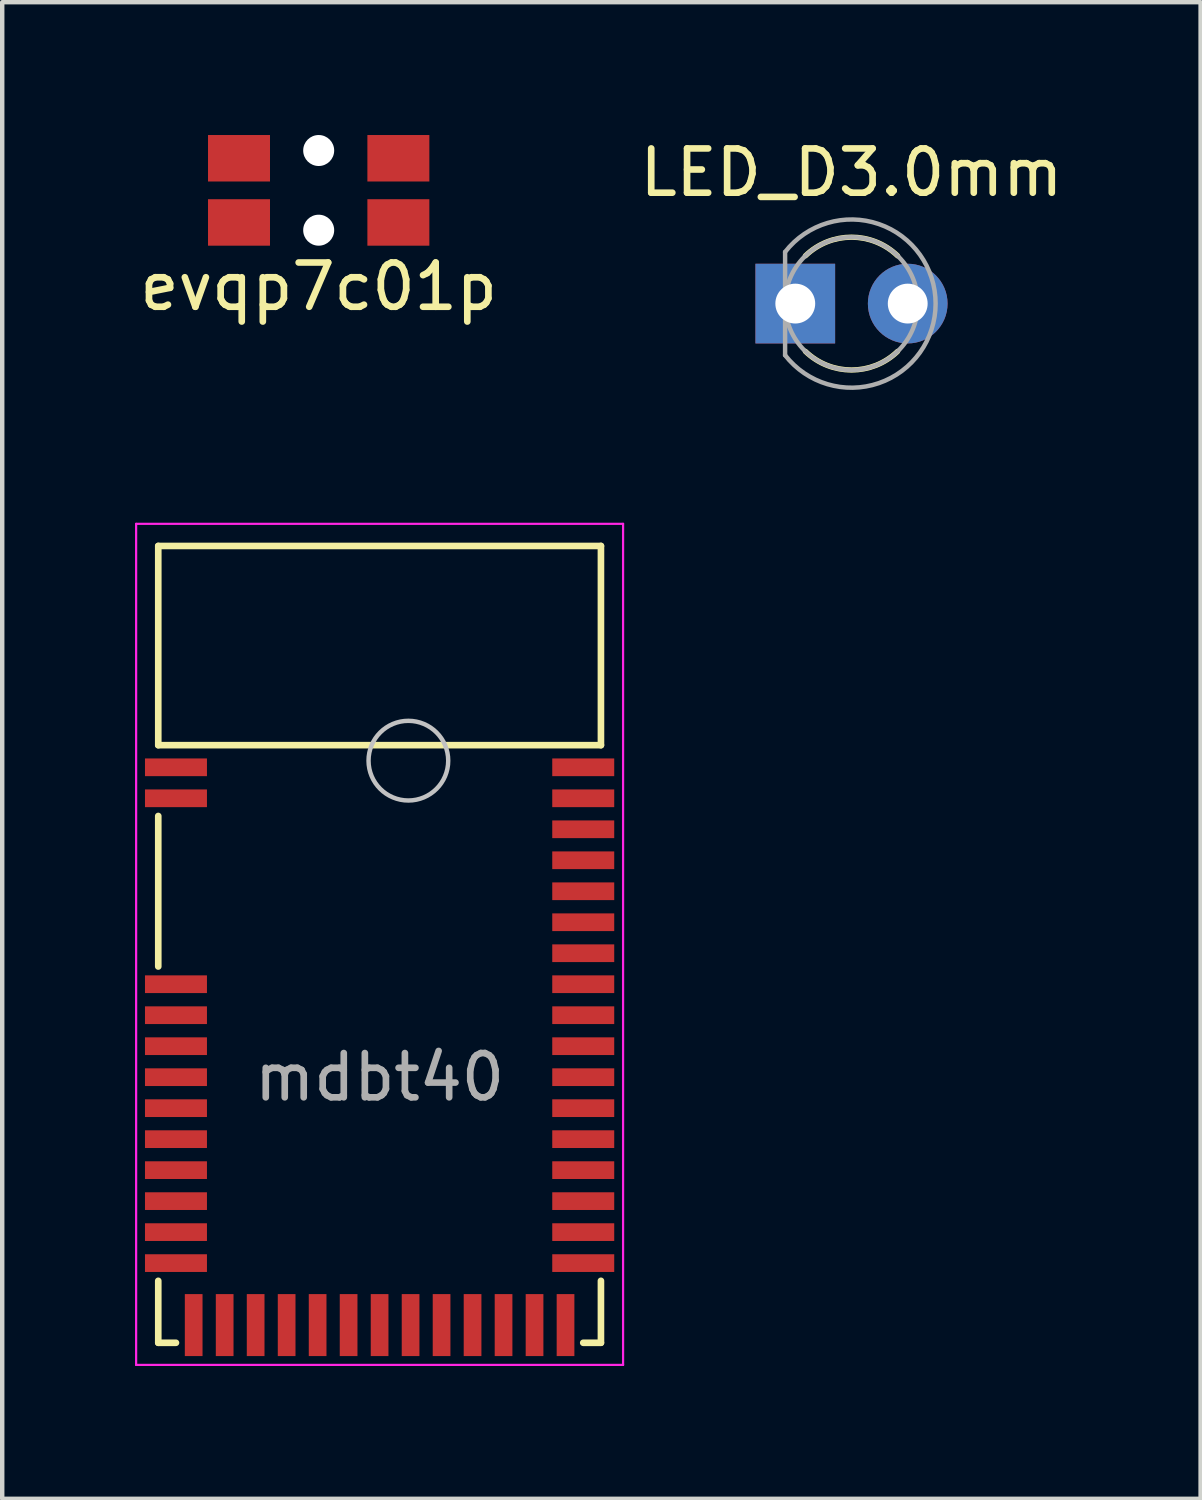
<source format=kicad_pcb>
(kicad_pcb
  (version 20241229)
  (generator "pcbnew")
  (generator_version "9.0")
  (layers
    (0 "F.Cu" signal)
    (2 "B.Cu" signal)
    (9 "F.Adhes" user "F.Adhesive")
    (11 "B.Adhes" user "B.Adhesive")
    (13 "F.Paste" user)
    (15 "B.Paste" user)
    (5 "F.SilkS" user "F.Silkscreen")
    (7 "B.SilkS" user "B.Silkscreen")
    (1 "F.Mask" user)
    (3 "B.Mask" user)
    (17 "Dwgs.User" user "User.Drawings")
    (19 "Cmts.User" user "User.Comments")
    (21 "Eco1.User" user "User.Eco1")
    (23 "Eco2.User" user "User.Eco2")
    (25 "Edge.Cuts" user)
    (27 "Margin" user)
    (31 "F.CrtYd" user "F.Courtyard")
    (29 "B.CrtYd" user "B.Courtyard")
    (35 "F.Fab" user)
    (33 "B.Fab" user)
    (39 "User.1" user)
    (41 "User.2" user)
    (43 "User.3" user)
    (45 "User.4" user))
  (footprint "LED_D3.0mm"
    (layer "F.Cu")
    (at 14.915 3.808)
    (property "Reference" "LED_D3.0mm" (at 1.27 -2.96 0) (layer "F.SilkS") (effects (font (size 1 1) (thickness 0.15))))
    (attr through_hole)
    (fp_arc (start 0.229039 -1.08) (mid 1.270117 -1.5) (end 2.31113 -1.079837) (stroke (width 0.12) (type solid)) (layer "F.SilkS"))
    (fp_arc (start 2.31113 1.079837) (mid 1.270117 1.5) (end 0.229039 1.08) (stroke (width 0.12) (type solid)) (layer "F.SilkS"))
    (fp_line (start -0.23 -1.166) (end -0.23 1.166) (stroke (width 0.1) (type solid)) (layer "F.Fab"))
    (fp_arc (start -0.23 -1.16619) (mid 3.17 0.000452) (end -0.230555 1.165476) (stroke (width 0.1) (type solid)) (layer "F.Fab"))
    (fp_circle (center 1.27 0) (end 2.77 0) (stroke (width 0.1) (type solid)) (fill no) (layer "F.Fab"))
    (pad "1" thru_hole rect (at 0 0) (size 1.8 1.8) (drill 0.9) (layers "*.Cu" "*.Mask"))
    (pad "2" thru_hole circle (at 2.54 0) (size 1.8 1.8) (drill 0.9) (layers "*.Cu" "*.Mask")))
  (footprint "mdbt40"
    (layer "F.Cu")
    (at 5.525 18.283)
    (property "Reference" "mdbt40" (at 0 3 0) (layer "F.Fab") (effects (font (size 1 1) (thickness 0.15))))
    (attr through_hole)
    (fp_line (start -5 -9) (end 5 -9) (stroke (width 0.15) (type solid)) (layer "F.SilkS"))
    (fp_line (start -5 -4.5) (end -5 -9) (stroke (width 0.15) (type solid)) (layer "F.SilkS"))
    (fp_line (start -5 -4.5) (end 5 -4.5) (stroke (width 0.15) (type solid)) (layer "F.SilkS"))
    (fp_line (start -5 0.5) (end -5 -2.9) (stroke (width 0.15) (type solid)) (layer "F.SilkS"))
    (fp_line (start -5 7.6) (end -5 9) (stroke (width 0.15) (type solid)) (layer "F.SilkS"))
    (fp_line (start -5 9) (end -4.6 9) (stroke (width 0.15) (type solid)) (layer "F.SilkS"))
    (fp_line (start 4.6 9) (end 5 9) (stroke (width 0.15) (type solid)) (layer "F.SilkS"))
    (fp_line (start 5 -9) (end 5 -4.5) (stroke (width 0.15) (type solid)) (layer "F.SilkS"))
    (fp_line (start 5 9) (end 5 7.6) (stroke (width 0.15) (type solid)) (layer "F.SilkS"))
    (fp_circle (center 0.65 -4.15) (end -0.25 -4.15) (stroke (width 0.1) (type solid)) (fill no) (layer "Dwgs.User"))
    (fp_line (start -5.5 -9.5) (end -5.5 9.5) (stroke (width 0.05) (type solid)) (layer "F.CrtYd"))
    (fp_line (start -5.5 9.5) (end 5.5 9.5) (stroke (width 0.05) (type solid)) (layer "F.CrtYd"))
    (fp_line (start 5.5 -9.5) (end -5.5 -9.5) (stroke (width 0.05) (type solid)) (layer "F.CrtYd"))
    (fp_line (start 5.5 9.5) (end 5.5 -9.5) (stroke (width 0.05) (type solid)) (layer "F.CrtYd"))
    (pad "1" smd rect (at -4.6 -4) (size 1.4 0.4) (layers "F.Cu" "F.Mask" "F.Paste"))
    (pad "2" smd rect (at -4.6 -3.3) (size 1.4 0.4) (layers "F.Cu" "F.Mask" "F.Paste"))
    (pad "3" smd rect (at -4.6 0.9) (size 1.4 0.4) (layers "F.Cu" "F.Mask" "F.Paste"))
    (pad "4" smd rect (at -4.6 1.6) (size 1.4 0.4) (layers "F.Cu" "F.Mask" "F.Paste"))
    (pad "5" smd rect (at -4.6 2.3) (size 1.4 0.4) (layers "F.Cu" "F.Mask" "F.Paste"))
    (pad "6" smd rect (at -4.6 3) (size 1.4 0.4) (layers "F.Cu" "F.Mask" "F.Paste"))
    (pad "7" smd rect (at -4.6 3.7) (size 1.4 0.4) (layers "F.Cu" "F.Mask" "F.Paste"))
    (pad "8" smd rect (at -4.6 4.4) (size 1.4 0.4) (layers "F.Cu" "F.Mask" "F.Paste"))
    (pad "9" smd rect (at -4.6 5.1) (size 1.4 0.4) (layers "F.Cu" "F.Mask" "F.Paste"))
    (pad "10" smd rect (at -4.6 5.8) (size 1.4 0.4) (layers "F.Cu" "F.Mask" "F.Paste"))
    (pad "11" smd rect (at -4.6 6.5) (size 1.4 0.4) (layers "F.Cu" "F.Mask" "F.Paste"))
    (pad "12" smd rect (at -4.6 7.2) (size 1.4 0.4) (layers "F.Cu" "F.Mask" "F.Paste"))
    (pad "13" smd rect (at -4.2 8.6) (size 0.4 1.4) (layers "F.Cu" "F.Mask" "F.Paste"))
    (pad "14" smd rect (at -3.5 8.6) (size 0.4 1.4) (layers "F.Cu" "F.Mask" "F.Paste"))
    (pad "15" smd rect (at -2.8 8.6) (size 0.4 1.4) (layers "F.Cu" "F.Mask" "F.Paste"))
    (pad "16" smd rect (at -2.1 8.6) (size 0.4 1.4) (layers "F.Cu" "F.Mask" "F.Paste"))
    (pad "17" smd rect (at -1.4 8.6) (size 0.4 1.4) (layers "F.Cu" "F.Mask" "F.Paste"))
    (pad "18" smd rect (at -0.7 8.6) (size 0.4 1.4) (layers "F.Cu" "F.Mask" "F.Paste"))
    (pad "19" smd rect (at 0 8.6) (size 0.4 1.4) (layers "F.Cu" "F.Mask" "F.Paste"))
    (pad "20" smd rect (at 0.7 8.6) (size 0.4 1.4) (layers "F.Cu" "F.Mask" "F.Paste"))
    (pad "21" smd rect (at 1.4 8.6) (size 0.4 1.4) (layers "F.Cu" "F.Mask" "F.Paste"))
    (pad "22" smd rect (at 2.1 8.6) (size 0.4 1.4) (layers "F.Cu" "F.Mask" "F.Paste"))
    (pad "23" smd rect (at 2.8 8.6) (size 0.4 1.4) (layers "F.Cu" "F.Mask" "F.Paste"))
    (pad "24" smd rect (at 3.5 8.6) (size 0.4 1.4) (layers "F.Cu" "F.Mask" "F.Paste"))
    (pad "25" smd rect (at 4.2 8.6) (size 0.4 1.4) (layers "F.Cu" "F.Mask" "F.Paste"))
    (pad "26" smd rect (at 4.6 7.2) (size 1.4 0.4) (layers "F.Cu" "F.Mask" "F.Paste"))
    (pad "27" smd rect (at 4.6 6.5) (size 1.4 0.4) (layers "F.Cu" "F.Mask" "F.Paste"))
    (pad "28" smd rect (at 4.6 5.8) (size 1.4 0.4) (layers "F.Cu" "F.Mask" "F.Paste"))
    (pad "29" smd rect (at 4.6 5.1) (size 1.4 0.4) (layers "F.Cu" "F.Mask" "F.Paste"))
    (pad "30" smd rect (at 4.6 4.4) (size 1.4 0.4) (layers "F.Cu" "F.Mask" "F.Paste"))
    (pad "31" smd rect (at 4.6 3.7) (size 1.4 0.4) (layers "F.Cu" "F.Mask" "F.Paste"))
    (pad "32" smd rect (at 4.6 3) (size 1.4 0.4) (layers "F.Cu" "F.Mask" "F.Paste"))
    (pad "33" smd rect (at 4.6 2.3) (size 1.4 0.4) (layers "F.Cu" "F.Mask" "F.Paste"))
    (pad "34" smd rect (at 4.6 1.6) (size 1.4 0.4) (layers "F.Cu" "F.Mask" "F.Paste"))
    (pad "35" smd rect (at 4.6 0.9) (size 1.4 0.4) (layers "F.Cu" "F.Mask" "F.Paste"))
    (pad "36" smd rect (at 4.6 0.2) (size 1.4 0.4) (layers "F.Cu" "F.Mask" "F.Paste"))
    (pad "37" smd rect (at 4.6 -0.5) (size 1.4 0.4) (layers "F.Cu" "F.Mask" "F.Paste"))
    (pad "38" smd rect (at 4.6 -1.2) (size 1.4 0.4) (layers "F.Cu" "F.Mask" "F.Paste"))
    (pad "39" smd rect (at 4.6 -1.9) (size 1.4 0.4) (layers "F.Cu" "F.Mask" "F.Paste"))
    (pad "40" smd rect (at 4.6 -2.6) (size 1.4 0.4) (layers "F.Cu" "F.Mask" "F.Paste"))
    (pad "41" smd rect (at 4.6 -3.3) (size 1.4 0.4) (layers "F.Cu" "F.Mask" "F.Paste"))
    (pad "42" smd rect (at 4.6 -4) (size 1.4 0.4) (layers "F.Cu" "F.Mask" "F.Paste")))
  (footprint "evqp7c01p"
    (layer "F.Cu")
    (at 4.149 1.25)
    (property "Reference" "evqp7c01p" (at 0 2.175 0) (layer "F.SilkS") (effects (font (size 1 1) (thickness 0.15))))
    (attr through_hole)
    (pad "" np_thru_hole circle (at 0 -0.9) (size 0.7 0.7) (drill 0.7) (layers "*.Cu" "*.Mask"))
    (pad "" np_thru_hole circle (at 0 0.9) (size 0.7 0.7) (drill 0.7) (layers "*.Cu" "*.Mask"))
    (pad "1" smd rect (at -1.8 -0.725) (size 1.4 1.05) (layers "F.Cu" "F.Mask" "F.Paste"))
    (pad "1" smd rect (at 1.8 -0.725) (size 1.4 1.05) (layers "F.Cu" "F.Mask" "F.Paste"))
    (pad "2" smd rect (at -1.8 0.725) (size 1.4 1.05) (layers "F.Cu" "F.Mask" "F.Paste"))
    (pad "2" smd rect (at 1.8 0.725) (size 1.4 1.05) (layers "F.Cu" "F.Mask" "F.Paste")))
  (gr_rect
    (start -3 -3)
    (end 24.071 30.808)
    (stroke (width 0.1) (type default))
    (fill no)
    (layer "Edge.Cuts")))
</source>
